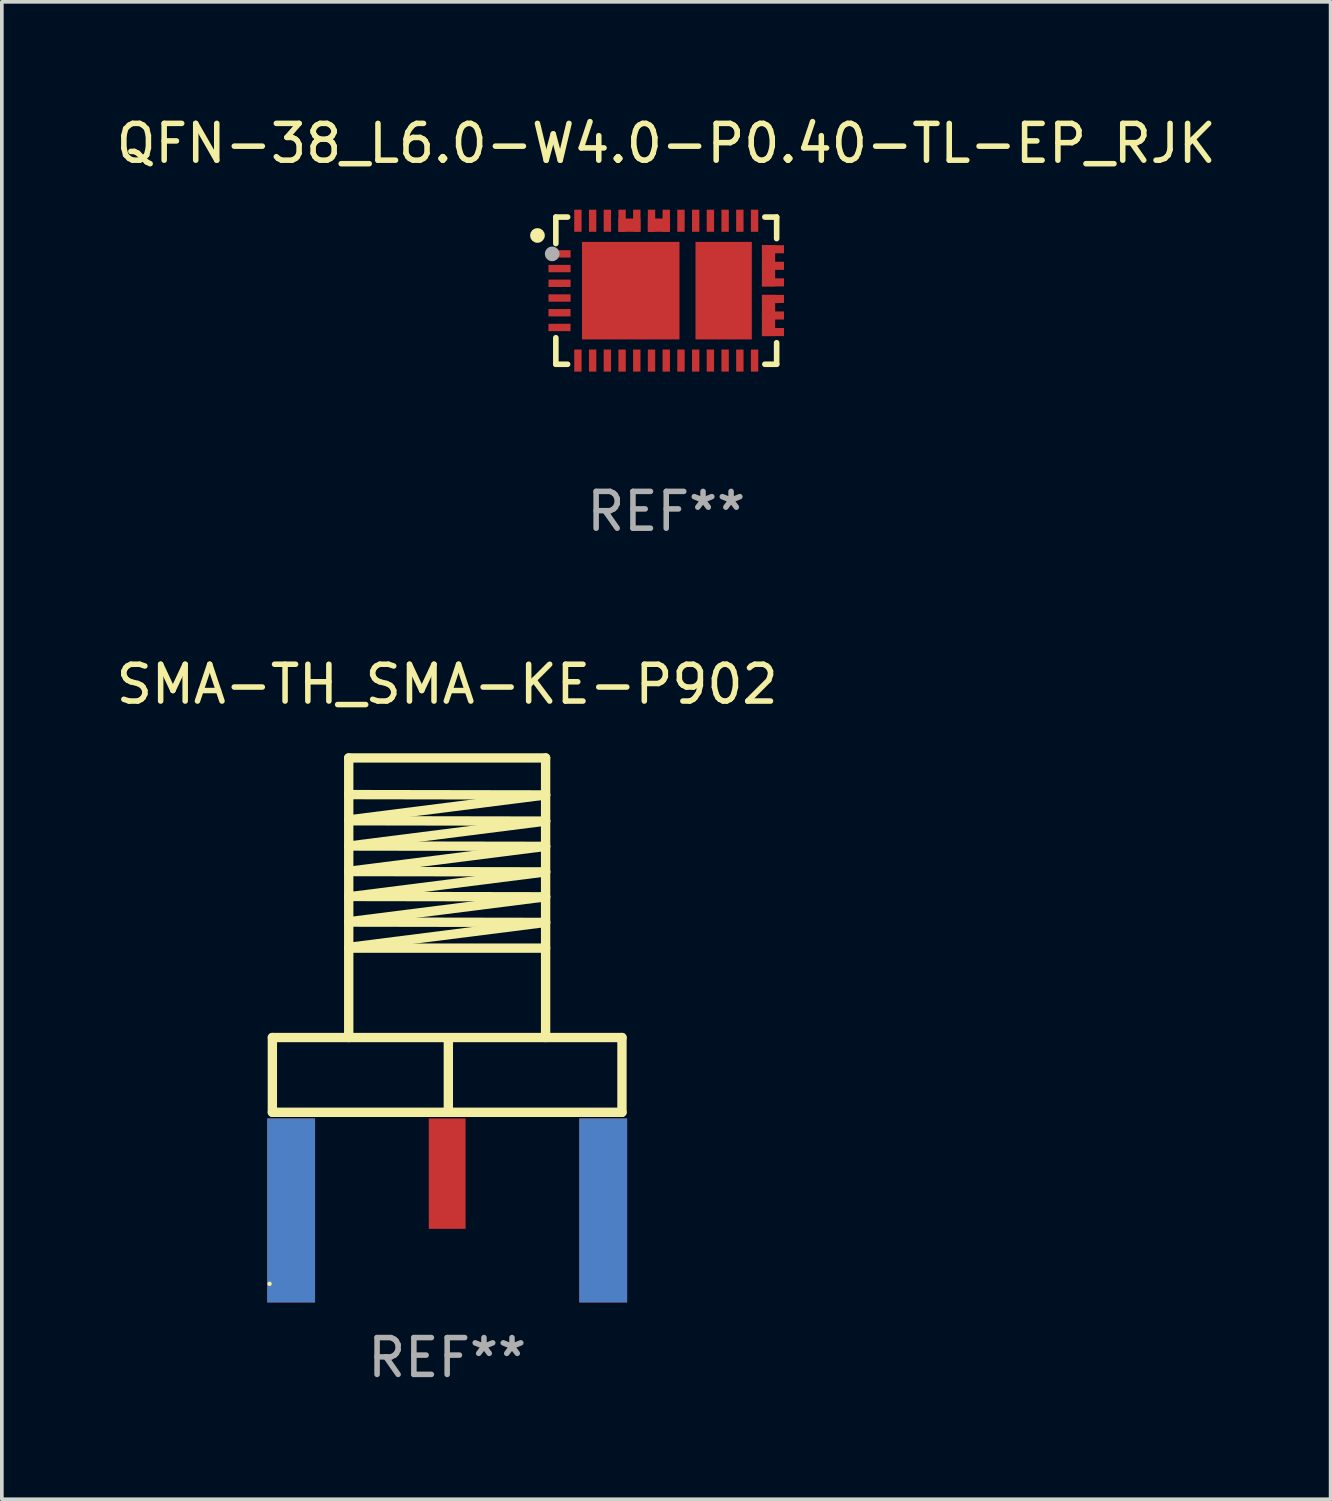
<source format=kicad_pcb>
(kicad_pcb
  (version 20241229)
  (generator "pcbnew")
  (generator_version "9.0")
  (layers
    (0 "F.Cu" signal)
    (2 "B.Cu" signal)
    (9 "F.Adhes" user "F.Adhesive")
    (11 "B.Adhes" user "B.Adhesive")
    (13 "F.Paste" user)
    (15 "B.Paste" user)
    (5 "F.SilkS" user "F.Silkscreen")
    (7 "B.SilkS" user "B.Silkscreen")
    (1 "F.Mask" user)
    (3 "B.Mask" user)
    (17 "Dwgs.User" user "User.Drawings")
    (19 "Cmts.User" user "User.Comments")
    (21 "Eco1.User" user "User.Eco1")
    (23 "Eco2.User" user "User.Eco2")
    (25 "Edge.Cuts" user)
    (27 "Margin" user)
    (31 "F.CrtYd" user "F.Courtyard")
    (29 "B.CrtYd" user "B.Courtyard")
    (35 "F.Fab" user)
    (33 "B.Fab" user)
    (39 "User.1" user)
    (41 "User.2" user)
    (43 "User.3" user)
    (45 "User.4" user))
  (footprint "QFN-38_L6.0-W4.0-P0.40-TL-EP_RJK"
    (layer "F.Cu")
    (at 15.054 4.848)
    (property "Reference" "QFN-38_L6.0-W4.0-P0.40-TL-EP_RJK" (at 0 -4 0) (layer "F.SilkS") (effects (font (size 1 1) (thickness 0.15))))
    (attr smd)
    (fp_line (start -3 -2) (end -3 -1.28) (stroke (width 0.152) (type solid)) (layer "F.SilkS"))
    (fp_line (start -3 1.28) (end -3 2) (stroke (width 0.152) (type solid)) (layer "F.SilkS"))
    (fp_line (start -3 2) (end -2.68 2) (stroke (width 0.152) (type solid)) (layer "F.SilkS"))
    (fp_line (start -2.68 -2) (end -3 -2) (stroke (width 0.152) (type solid)) (layer "F.SilkS"))
    (fp_line (start 2.68 2) (end 3 2) (stroke (width 0.152) (type solid)) (layer "F.SilkS"))
    (fp_line (start 3 -2) (end 2.68 -2) (stroke (width 0.152) (type solid)) (layer "F.SilkS"))
    (fp_line (start 3 -1.415) (end 3 -2) (stroke (width 0.152) (type solid)) (layer "F.SilkS"))
    (fp_line (start 3 2) (end 3 1.415) (stroke (width 0.152) (type solid)) (layer "F.SilkS"))
    (fp_circle (center -3.5 -1.5) (end -3.4 -1.5) (stroke (width 0.2) (type solid)) (fill no) (layer "F.SilkS"))
    (fp_circle (center -3 -2) (end -2.97 -2) (stroke (width 0.06) (type solid)) (fill no) (layer "F.SilkS"))
    (fp_circle (center -3.1 -1) (end -3 -1) (stroke (width 0.2) (type solid)) (fill no) (layer "F.Fab"))
    (fp_text user "REF**" (at 0 6 0) (layer "F.Fab") (effects (font (size 1 1) (thickness 0.15))))
    (pad "1" smd rect (at -2.9 -1) (size 0.6 0.2) (layers "F.Cu" "F.Mask" "F.Paste"))
    (pad "2" smd rect (at -2.9 -0.6) (size 0.6 0.2) (layers "F.Cu" "F.Mask" "F.Paste"))
    (pad "3" smd rect (at -2.9 -0.2) (size 0.6 0.2) (layers "F.Cu" "F.Mask" "F.Paste"))
    (pad "4" smd rect (at -2.9 0.2) (size 0.6 0.2) (layers "F.Cu" "F.Mask" "F.Paste"))
    (pad "5" smd rect (at -2.9 0.6) (size 0.6 0.2) (layers "F.Cu" "F.Mask" "F.Paste"))
    (pad "6" smd rect (at -2.9 1) (size 0.6 0.2) (layers "F.Cu" "F.Mask" "F.Paste"))
    (pad "7" smd rect (at -2.4 1.9) (size 0.2 0.6) (layers "F.Cu" "F.Mask" "F.Paste"))
    (pad "8" smd rect (at -2 1.9) (size 0.2 0.6) (layers "F.Cu" "F.Mask" "F.Paste"))
    (pad "9" smd rect (at -1.6 1.9) (size 0.2 0.6) (layers "F.Cu" "F.Mask" "F.Paste"))
    (pad "10" smd rect (at -1.2 1.9) (size 0.2 0.6) (layers "F.Cu" "F.Mask" "F.Paste"))
    (pad "11" smd rect (at -0.8 1.9) (size 0.2 0.6) (layers "F.Cu" "F.Mask" "F.Paste"))
    (pad "12" smd rect (at -0.4 1.9) (size 0.2 0.6) (layers "F.Cu" "F.Mask" "F.Paste"))
    (pad "13" smd rect (at 0 1.9) (size 0.2 0.6) (layers "F.Cu" "F.Mask" "F.Paste"))
    (pad "14" smd rect (at 0.4 1.9) (size 0.2 0.6) (layers "F.Cu" "F.Mask" "F.Paste"))
    (pad "15" smd rect (at 0.8 1.9) (size 0.2 0.6) (layers "F.Cu" "F.Mask" "F.Paste"))
    (pad "16" smd rect (at 1.2 1.9) (size 0.2 0.6) (layers "F.Cu" "F.Mask" "F.Paste"))
    (pad "17" smd rect (at 1.6 1.9) (size 0.2 0.6) (layers "F.Cu" "F.Mask" "F.Paste"))
    (pad "18" smd rect (at 2 1.9) (size 0.2 0.6) (layers "F.Cu" "F.Mask" "F.Paste"))
    (pad "19" smd rect (at 2.4 1.9) (size 0.2 0.6) (layers "F.Cu" "F.Mask" "F.Paste"))
    (pad "20" smd rect (at 2.9 1.125) (size 0.6 0.22) (layers "F.Cu" "F.Mask" "F.Paste"))
    (pad "21" smd rect (at 2.9 0.675) (size 0.6 0.22) (layers "F.Cu" "F.Mask" "F.Paste"))
    (pad "22" smd custom (at 2.78 0.675) (size 0.1 0.1) (layers "F.Cu" "F.Mask" "F.Paste") (options (anchor circle)) (primitives (gr_poly (pts (xy 0.18 -0.56) (xy 0.18 0.56) (xy -0.18 0.56) (xy -0.18 -0.56)) (width 0) (fill yes))))
    (pad "22" smd rect (at 2.9 0.225) (size 0.6 0.22) (layers "F.Cu" "F.Mask" "F.Paste"))
    (pad "23" smd rect (at 2.9 -0.225) (size 0.6 0.22) (layers "F.Cu" "F.Mask" "F.Paste"))
    (pad "24" smd rect (at 2.9 -0.675) (size 0.6 0.22) (layers "F.Cu" "F.Mask" "F.Paste"))
    (pad "25" smd custom (at 2.78 -0.675) (size 0.1 0.1) (layers "F.Cu" "F.Mask" "F.Paste") (options (anchor circle)) (primitives (gr_poly (pts (xy 0.18 -0.56) (xy 0.18 0.56) (xy -0.18 0.56) (xy -0.18 -0.56)) (width 0) (fill yes))))
    (pad "25" smd rect (at 2.9 -1.125) (size 0.6 0.22) (layers "F.Cu" "F.Mask" "F.Paste"))
    (pad "26" smd rect (at 2.4 -1.9) (size 0.2 0.6) (layers "F.Cu" "F.Mask" "F.Paste"))
    (pad "27" smd rect (at 2 -1.9) (size 0.2 0.6) (layers "F.Cu" "F.Mask" "F.Paste"))
    (pad "28" smd rect (at 1.6 -1.9) (size 0.2 0.6) (layers "F.Cu" "F.Mask" "F.Paste"))
    (pad "29" smd rect (at 1.2 -1.9) (size 0.2 0.6) (layers "F.Cu" "F.Mask" "F.Paste"))
    (pad "30" smd rect (at 0.8 -1.9) (size 0.2 0.6) (layers "F.Cu" "F.Mask" "F.Paste"))
    (pad "31" smd rect (at 0.4 -1.9) (size 0.2 0.6) (layers "F.Cu" "F.Mask" "F.Paste"))
    (pad "32" smd rect (at 0 -1.9) (size 0.2 0.6) (layers "F.Cu" "F.Mask" "F.Paste"))
    (pad "33" smd rect (at -0.4 -1.9) (size 0.2 0.6) (layers "F.Cu" "F.Mask" "F.Paste"))
    (pad "33" smd custom (at -0.2 -1.78) (size 0.1 0.1) (layers "F.Cu" "F.Mask" "F.Paste") (options (anchor circle)) (primitives (gr_poly (pts (xy 0.3 -0.18) (xy 0.3 0.18) (xy -0.3 0.18) (xy -0.3 -0.18) (xy 0.3 -0.18)) (width 0) (fill yes))))
    (pad "34" smd rect (at -0.8 -1.9) (size 0.2 0.6) (layers "F.Cu" "F.Mask" "F.Paste"))
    (pad "35" smd rect (at -1.2 -1.9) (size 0.2 0.6) (layers "F.Cu" "F.Mask" "F.Paste"))
    (pad "35" smd custom (at -1 -1.78) (size 0.1 0.1) (layers "F.Cu" "F.Mask" "F.Paste") (options (anchor circle)) (primitives (gr_poly (pts (xy 0.3 -0.18) (xy 0.3 0.18) (xy -0.3 0.18) (xy -0.3 -0.18) (xy 0.3 -0.18)) (width 0) (fill yes))))
    (pad "36" smd rect (at -1.6 -1.9) (size 0.2 0.6) (layers "F.Cu" "F.Mask" "F.Paste"))
    (pad "37" smd rect (at -2 -1.9) (size 0.2 0.6) (layers "F.Cu" "F.Mask" "F.Paste"))
    (pad "38" smd rect (at -2.4 -1.9) (size 0.2 0.6) (layers "F.Cu" "F.Mask" "F.Paste"))
    (pad "39" smd rect (at -0.965 0) (size 2.65 2.65) (layers "F.Cu" "F.Mask" "F.Paste"))
    (pad "40" smd rect (at 1.56 0) (size 1.53 2.65) (layers "F.Cu" "F.Mask" "F.Paste")))
  (footprint "SMA-TH_SMA-KE-P902"
    (layer "F.Cu")
    (at 9.101 29.342)
    (property "Reference" "SMA-TH_SMA-KE-P902" (at 0 -13.797 0) (layer "F.SilkS") (effects (font (size 1 1) (thickness 0.15))))
    (attr smd)
    (fp_line (start -4.75 -2.167) (end -4.75 -4.199) (stroke (width 0.254) (type solid)) (layer "F.SilkS"))
    (fp_line (start -4.75 -2.167) (end 4.75 -2.167) (stroke (width 0.254) (type solid)) (layer "F.SilkS"))
    (fp_line (start -2.675 -11.797) (end -2.675 -4.199) (stroke (width 0.254) (type solid)) (layer "F.SilkS"))
    (fp_line (start -2.675 -10.113) (end 2.675 -10.791) (stroke (width 0.254) (type solid)) (layer "F.SilkS"))
    (fp_line (start -2.675 -9.402) (end 2.675 -10.08) (stroke (width 0.254) (type solid)) (layer "F.SilkS"))
    (fp_line (start -2.675 -8.716) (end 2.675 -9.394) (stroke (width 0.254) (type solid)) (layer "F.SilkS"))
    (fp_line (start -2.675 -8.023) (end 2.675 -8.7) (stroke (width 0.254) (type solid)) (layer "F.SilkS"))
    (fp_line (start -2.675 -7.345) (end 2.675 -8.023) (stroke (width 0.254) (type solid)) (layer "F.SilkS"))
    (fp_line (start -2.675 -6.649) (end 2.675 -7.327) (stroke (width 0.254) (type solid)) (layer "F.SilkS"))
    (fp_line (start -2.675 -6.628) (end 2.675 -6.628) (stroke (width 0.254) (type solid)) (layer "F.SilkS"))
    (fp_line (start 0.032 -2.167) (end 0.032 -4.167) (stroke (width 0.254) (type solid)) (layer "F.SilkS"))
    (fp_line (start 2.675 -11.797) (end -2.675 -11.797) (stroke (width 0.254) (type solid)) (layer "F.SilkS"))
    (fp_line (start 2.675 -11.797) (end 2.675 -4.199) (stroke (width 0.254) (type solid)) (layer "F.SilkS"))
    (fp_line (start 2.675 -10.791) (end -2.675 -10.8) (stroke (width 0.254) (type solid)) (layer "F.SilkS"))
    (fp_line (start 2.675 -10.08) (end -2.675 -10.089) (stroke (width 0.254) (type solid)) (layer "F.SilkS"))
    (fp_line (start 2.675 -9.394) (end -2.675 -9.403) (stroke (width 0.254) (type solid)) (layer "F.SilkS"))
    (fp_line (start 2.675 -8.7) (end -2.675 -8.709) (stroke (width 0.254) (type solid)) (layer "F.SilkS"))
    (fp_line (start 2.675 -8.023) (end -2.675 -8.032) (stroke (width 0.254) (type solid)) (layer "F.SilkS"))
    (fp_line (start 2.675 -7.327) (end -2.675 -7.336) (stroke (width 0.254) (type solid)) (layer "F.SilkS"))
    (fp_line (start 4.75 -4.199) (end -4.75 -4.199) (stroke (width 0.254) (type solid)) (layer "F.SilkS"))
    (fp_line (start 4.75 -2.167) (end 4.75 -4.199) (stroke (width 0.254) (type solid)) (layer "F.SilkS"))
    (fp_circle (center -4.826 2.494) (end -4.796 2.494) (stroke (width 0.06) (type solid)) (fill no) (layer "F.SilkS"))
    (fp_text user "REF**" (at 0 4.5 0) (layer "F.Fab") (effects (font (size 1 1) (thickness 0.15))))
    (pad "1" smd rect (at -4.24 0.5) (size 1.3 5) (layers "F.Cu" "F.Mask" "F.Paste"))
    (pad "2" smd rect (at 4.24 0.5) (size 1.3 5) (layers "F.Cu" "F.Mask" "F.Paste"))
    (pad "3" smd rect (at -4.24 0.5) (size 1.3 5) (layers "B.Cu" "B.Mask" "B.Paste"))
    (pad "4" smd rect (at 4.24 0.5) (size 1.3 5) (layers "B.Cu" "B.Mask" "B.Paste"))
    (pad "5" smd rect (at 0 -0.5) (size 1 3) (layers "F.Cu" "F.Mask" "F.Paste")))
  (gr_rect
    (start -3 -3)
    (end 33.107 37.69)
    (stroke (width 0.1) (type default))
    (fill no)
    (layer "Edge.Cuts")))
</source>
